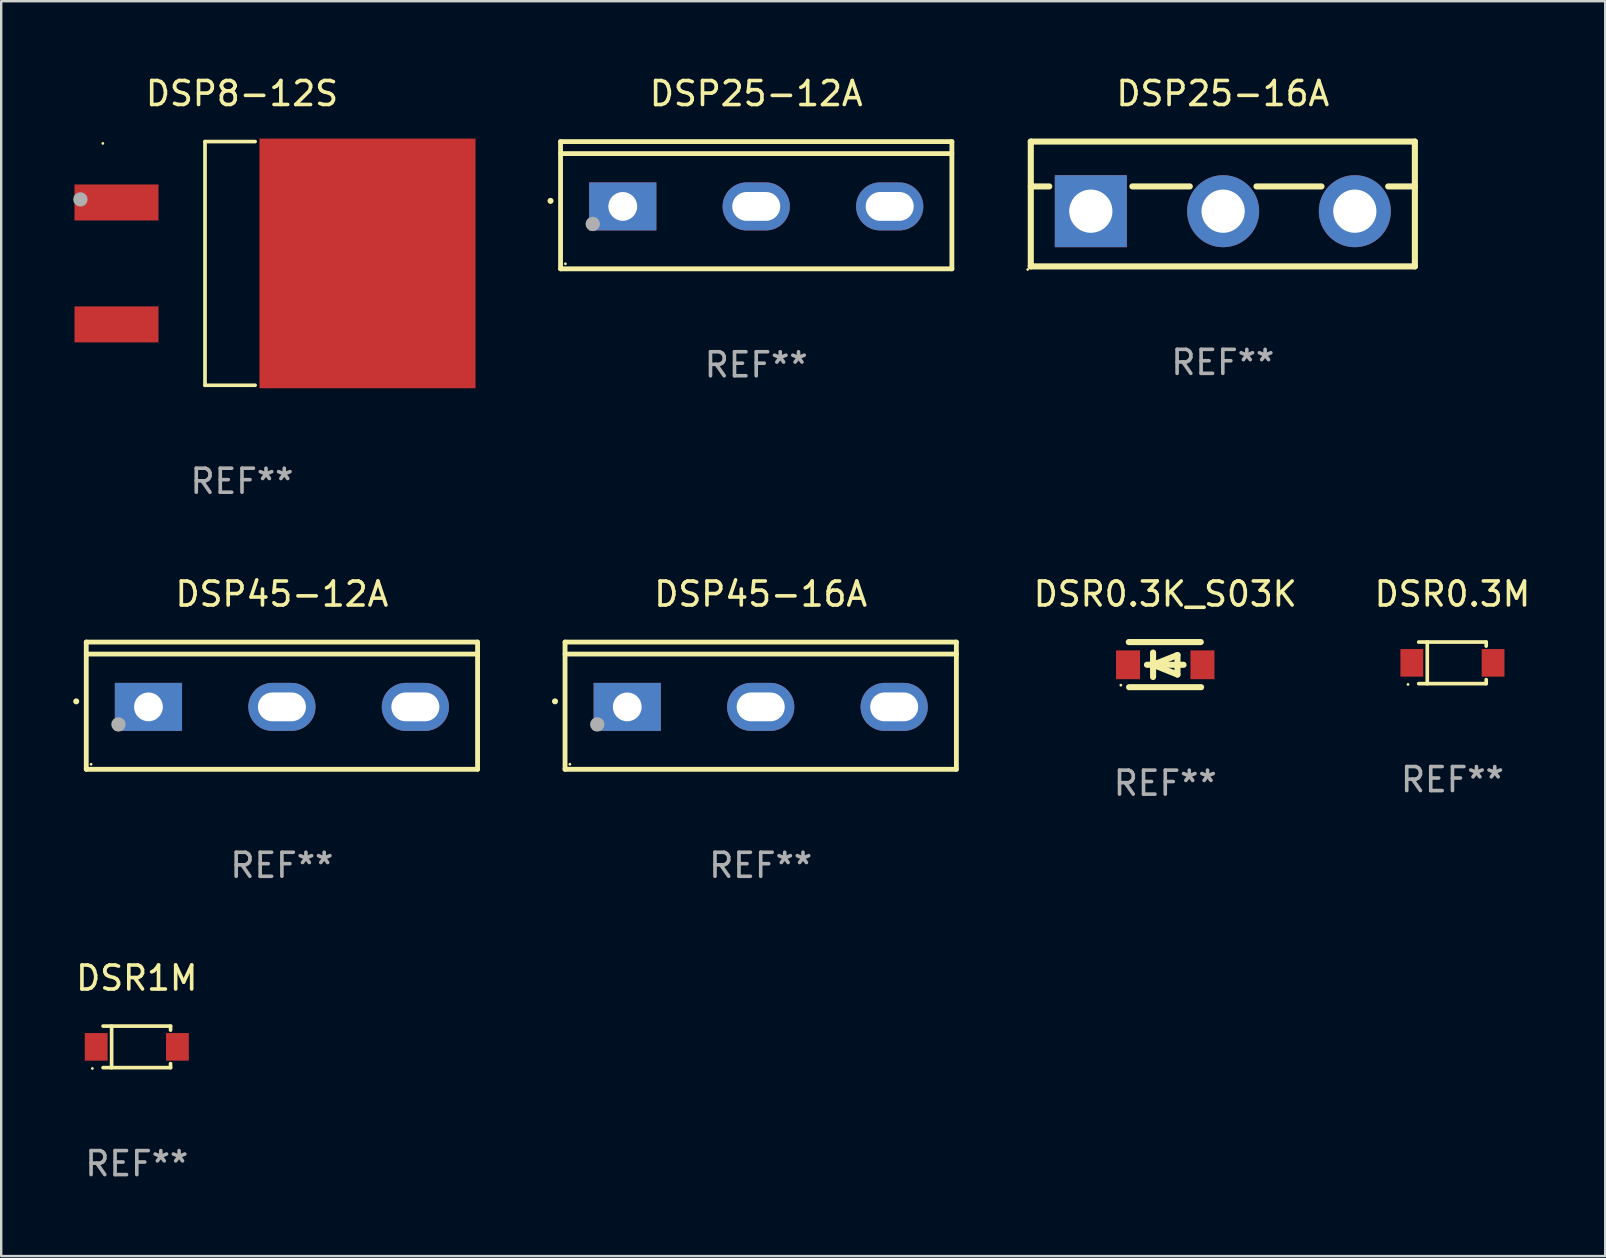
<source format=kicad_pcb>
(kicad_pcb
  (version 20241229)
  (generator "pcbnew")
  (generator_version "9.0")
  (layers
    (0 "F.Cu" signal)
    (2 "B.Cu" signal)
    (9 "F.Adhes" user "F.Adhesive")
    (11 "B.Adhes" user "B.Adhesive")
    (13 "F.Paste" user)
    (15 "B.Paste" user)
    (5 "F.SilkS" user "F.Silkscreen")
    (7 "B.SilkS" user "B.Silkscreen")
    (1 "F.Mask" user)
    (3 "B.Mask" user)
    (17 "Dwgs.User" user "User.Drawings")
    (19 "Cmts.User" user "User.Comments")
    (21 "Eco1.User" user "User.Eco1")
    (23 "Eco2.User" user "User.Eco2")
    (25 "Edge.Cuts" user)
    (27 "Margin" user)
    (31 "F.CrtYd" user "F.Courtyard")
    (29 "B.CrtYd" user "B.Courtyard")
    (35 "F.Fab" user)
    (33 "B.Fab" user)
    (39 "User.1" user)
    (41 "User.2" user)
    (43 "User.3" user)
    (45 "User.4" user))
  (footprint "DSP45-16A"
    (layer "F.Cu")
    (at 28.64 26.348)
    (property "Reference" "DSP45-16A" (at 0 -4.65 0) (layer "F.SilkS") (effects (font (size 1 1) (thickness 0.15))))
    (attr through_hole)
    (fp_line (start -8.151 -2.65) (end -8.151 2.65) (stroke (width 0.201) (type solid)) (layer "F.SilkS"))
    (fp_line (start 8.151 -2.65) (end -8.151 -2.65) (stroke (width 0.201) (type solid)) (layer "F.SilkS"))
    (fp_line (start 8.151 -2.15) (end -8.151 -2.15) (stroke (width 0.201) (type solid)) (layer "F.SilkS"))
    (fp_line (start 8.151 2.65) (end -8.151 2.65) (stroke (width 0.201) (type solid)) (layer "F.SilkS"))
    (fp_line (start 8.151 2.65) (end 8.151 -2.65) (stroke (width 0.201) (type solid)) (layer "F.SilkS"))
    (fp_arc (start -8.570003 -0.18048) (mid -8.568733 -0.180486) (end -8.567463 -0.18048) (stroke (width 0.24892) (type solid)) (layer "F.SilkS"))
    (fp_circle (center -7.95 2.44) (end -7.92 2.44) (stroke (width 0.06) (type solid)) (fill no) (layer "F.SilkS"))
    (fp_circle (center -6.81 0.78) (end -6.66 0.78) (stroke (width 0.3) (type solid)) (fill no) (layer "F.Fab"))
    (fp_text user "REF**" (at 0 6.65 0) (layer "F.Fab") (effects (font (size 1 1) (thickness 0.15))))
    (pad "1" thru_hole rect (at -5.56 0.05 90) (size 2 2.8) (drill 1.2) (layers "*.Cu" "*.Mask"))
    (pad "2" thru_hole oval (at 0 0.05 90) (size 2 2.8) (drill oval 1.2 2) (layers "*.Cu" "*.Mask"))
    (pad "3" thru_hole oval (at 5.56 0.05 90) (size 2 2.8) (drill oval 1.2 2) (layers "*.Cu" "*.Mask")))
  (footprint "DSR1M"
    (layer "F.Cu")
    (at 2.649 40.561)
    (property "Reference" "DSR1M" (at 0 -2.866 0) (layer "F.SilkS") (effects (font (size 1 1) (thickness 0.15))))
    (attr through_hole)
    (fp_line (start -1.406 -0.866) (end 1.406 -0.866) (stroke (width 0.152) (type solid)) (layer "F.SilkS"))
    (fp_line (start -1.406 0.866) (end 1.406 0.866) (stroke (width 0.152) (type solid)) (layer "F.SilkS"))
    (fp_line (start -1.049 -0.866) (end -1.049 0.866) (stroke (width 0.152) (type solid)) (layer "F.SilkS"))
    (fp_line (start 1.406 -0.866) (end 1.406 -0.698) (stroke (width 0.152) (type solid)) (layer "F.SilkS"))
    (fp_line (start 1.406 0.866) (end 1.406 0.698) (stroke (width 0.152) (type solid)) (layer "F.SilkS"))
    (fp_circle (center -1.851 0.9) (end -1.821 0.9) (stroke (width 0.06) (type solid)) (fill no) (layer "F.SilkS"))
    (fp_text user "REF**" (at 0 4.866 0) (layer "F.Fab") (effects (font (size 1 1) (thickness 0.15))))
    (pad "1" smd rect (at -1.692 0) (size 0.95 1.15) (layers "F.Cu" "F.Mask" "F.Paste"))
    (pad "2" smd rect (at 1.692 0) (size 0.95 1.15) (layers "F.Cu" "F.Mask" "F.Paste")))
  (footprint "DSP25-12A"
    (layer "F.Cu")
    (at 28.453 5.499)
    (property "Reference" "DSP25-12A" (at 0 -4.65 0) (layer "F.SilkS") (effects (font (size 1 1) (thickness 0.15))))
    (attr through_hole)
    (fp_line (start -8.151 -2.65) (end -8.151 2.65) (stroke (width 0.201) (type solid)) (layer "F.SilkS"))
    (fp_line (start 8.151 -2.65) (end -8.151 -2.65) (stroke (width 0.201) (type solid)) (layer "F.SilkS"))
    (fp_line (start 8.151 -2.15) (end -8.151 -2.15) (stroke (width 0.201) (type solid)) (layer "F.SilkS"))
    (fp_line (start 8.151 2.65) (end -8.151 2.65) (stroke (width 0.201) (type solid)) (layer "F.SilkS"))
    (fp_line (start 8.151 2.65) (end 8.151 -2.65) (stroke (width 0.201) (type solid)) (layer "F.SilkS"))
    (fp_arc (start -8.570003 -0.18048) (mid -8.568733 -0.180486) (end -8.567463 -0.18048) (stroke (width 0.24892) (type solid)) (layer "F.SilkS"))
    (fp_circle (center -7.95 2.44) (end -7.92 2.44) (stroke (width 0.06) (type solid)) (fill no) (layer "F.SilkS"))
    (fp_circle (center -6.81 0.78) (end -6.66 0.78) (stroke (width 0.3) (type solid)) (fill no) (layer "F.Fab"))
    (fp_text user "REF**" (at 0 6.65 0) (layer "F.Fab") (effects (font (size 1 1) (thickness 0.15))))
    (pad "1" thru_hole rect (at -5.56 0.05 90) (size 2 2.8) (drill 1.2) (layers "*.Cu" "*.Mask"))
    (pad "2" thru_hole oval (at 0 0.05 90) (size 2 2.8) (drill oval 1.2 2) (layers "*.Cu" "*.Mask"))
    (pad "3" thru_hole oval (at 5.56 0.05 90) (size 2 2.8) (drill oval 1.2 2) (layers "*.Cu" "*.Mask")))
  (footprint "DSR0.3K_S03K"
    (layer "F.Cu")
    (at 45.493 24.637)
    (property "Reference" "DSR0.3K_S03K" (at 0 -2.94 0) (layer "F.SilkS") (effects (font (size 1 1) (thickness 0.15))))
    (attr through_hole)
    (fp_line (start -1.52 -0.94) (end 1.48 -0.94) (stroke (width 0.254) (type solid)) (layer "F.SilkS"))
    (fp_line (start -1.507 0.94) (end 1.493 0.94) (stroke (width 0.254) (type solid)) (layer "F.SilkS"))
    (fp_line (start -0.762 0.007) (end 0.762 0.007) (stroke (width 0.254) (type solid)) (layer "F.SilkS"))
    (fp_line (start -0.508 -0.501) (end -0.508 0.515) (stroke (width 0.254) (type solid)) (layer "F.SilkS"))
    (fp_line (start -0.508 0.007) (end 0.508 -0.4) (stroke (width 0.254) (type solid)) (layer "F.SilkS"))
    (fp_line (start 0.508 -0.4) (end 0.508 0.413) (stroke (width 0.254) (type solid)) (layer "F.SilkS"))
    (fp_line (start 0.508 0.413) (end -0.508 0.007) (stroke (width 0.254) (type solid)) (layer "F.SilkS"))
    (fp_circle (center -1.85 0.857) (end -1.82 0.857) (stroke (width 0.06) (type solid)) (fill no) (layer "F.SilkS"))
    (fp_text user "REF**" (at 0 4.94 0) (layer "F.Fab") (effects (font (size 1 1) (thickness 0.15))))
    (pad "1" smd rect (at -1.55 0.007) (size 1 1.2) (layers "F.Cu" "F.Mask" "F.Paste"))
    (pad "2" smd rect (at 1.55 0.007) (size 1 1.2) (layers "F.Cu" "F.Mask" "F.Paste")))
  (footprint "DSR0.3M"
    (layer "F.Cu")
    (at 57.457 24.563)
    (property "Reference" "DSR0.3M" (at 0 -2.866 0) (layer "F.SilkS") (effects (font (size 1 1) (thickness 0.15))))
    (attr through_hole)
    (fp_line (start -1.406 -0.866) (end 1.406 -0.866) (stroke (width 0.152) (type solid)) (layer "F.SilkS"))
    (fp_line (start -1.406 0.866) (end 1.406 0.866) (stroke (width 0.152) (type solid)) (layer "F.SilkS"))
    (fp_line (start -1.049 -0.866) (end -1.049 0.866) (stroke (width 0.152) (type solid)) (layer "F.SilkS"))
    (fp_line (start 1.406 -0.866) (end 1.406 -0.698) (stroke (width 0.152) (type solid)) (layer "F.SilkS"))
    (fp_line (start 1.406 0.866) (end 1.406 0.698) (stroke (width 0.152) (type solid)) (layer "F.SilkS"))
    (fp_circle (center -1.851 0.9) (end -1.821 0.9) (stroke (width 0.06) (type solid)) (fill no) (layer "F.SilkS"))
    (fp_text user "REF**" (at 0 4.866 0) (layer "F.Fab") (effects (font (size 1 1) (thickness 0.15))))
    (pad "1" smd rect (at -1.692 0) (size 0.95 1.15) (layers "F.Cu" "F.Mask" "F.Paste"))
    (pad "2" smd rect (at 1.692 0) (size 0.95 1.15) (layers "F.Cu" "F.Mask" "F.Paste")))
  (footprint "DSP25-16A"
    (layer "F.Cu")
    (at 47.891 5.448)
    (property "Reference" "DSP25-16A" (at 0 -4.6 0) (layer "F.SilkS") (effects (font (size 1 1) (thickness 0.15))))
    (attr through_hole)
    (fp_line (start -8 -2.6) (end -8 2.6) (stroke (width 0.254) (type solid)) (layer "F.SilkS"))
    (fp_line (start -8 -2.6) (end 8 -2.6) (stroke (width 0.254) (type solid)) (layer "F.SilkS"))
    (fp_line (start -8 -0.732) (end -7.23 -0.732) (stroke (width 0.254) (type solid)) (layer "F.SilkS"))
    (fp_line (start -8 2.6) (end 8 2.6) (stroke (width 0.254) (type solid)) (layer "F.SilkS"))
    (fp_line (start -3.768 -0.732) (end -1.376 -0.732) (stroke (width 0.254) (type solid)) (layer "F.SilkS"))
    (fp_line (start 1.402 -0.732) (end 4.11 -0.732) (stroke (width 0.254) (type solid)) (layer "F.SilkS"))
    (fp_line (start 6.888 -0.732) (end 8 -0.732) (stroke (width 0.254) (type solid)) (layer "F.SilkS"))
    (fp_line (start 8 -2.6) (end 8 2.6) (stroke (width 0.254) (type solid)) (layer "F.SilkS"))
    (fp_circle (center -8.127 2.727) (end -8.097 2.727) (stroke (width 0.06) (type solid)) (fill no) (layer "F.SilkS"))
    (fp_text user "REF**" (at 0 6.6 0) (layer "F.Fab") (effects (font (size 1 1) (thickness 0.15))))
    (pad "1" thru_hole rect (at -5.499 0.3) (size 3 3) (drill 1.8) (layers "*.Cu" "*.Mask"))
    (pad "2" thru_hole circle (at 0.013 0.3) (size 3 3) (drill 1.8) (layers "*.Cu" "*.Mask"))
    (pad "3" thru_hole circle (at 5.499 0.3) (size 3 3) (drill 1.8) (layers "*.Cu" "*.Mask")))
  (footprint "DSP8-12S"
    (layer "F.Cu")
    (at 7.031 7.924)
    (property "Reference" "DSP8-12S" (at 0 -7.076 0) (layer "F.SilkS") (effects (font (size 1 1) (thickness 0.15))))
    (attr through_hole)
    (fp_line (start -1.541 -5.076) (end -1.541 5.076) (stroke (width 0.152) (type solid)) (layer "F.SilkS"))
    (fp_line (start -1.541 -5.076) (end 0.548 -5.076) (stroke (width 0.152) (type solid)) (layer "F.SilkS"))
    (fp_line (start -1.541 5.076) (end 0.548 5.076) (stroke (width 0.152) (type solid)) (layer "F.SilkS"))
    (fp_circle (center -5.798 -5) (end -5.768 -5) (stroke (width 0.06) (type solid)) (fill no) (layer "F.SilkS"))
    (fp_circle (center -6.731 -2.667) (end -6.581 -2.667) (stroke (width 0.3) (type solid)) (fill no) (layer "F.Fab"))
    (fp_text user "REF**" (at 0 9.076 0) (layer "F.Fab") (effects (font (size 1 1) (thickness 0.15))))
    (pad "1" smd rect (at -5.228 -2.54) (size 3.5 1.5) (layers "F.Cu" "F.Mask" "F.Paste"))
    (pad "2" smd rect (at 5.228 0) (size 9 10.4) (layers "F.Cu" "F.Mask" "F.Paste"))
    (pad "3" smd rect (at -5.228 2.54) (size 3.5 1.5) (layers "F.Cu" "F.Mask" "F.Paste")))
  (footprint "DSP45-12A"
    (layer "F.Cu")
    (at 8.694 26.348)
    (property "Reference" "DSP45-12A" (at 0 -4.65 0) (layer "F.SilkS") (effects (font (size 1 1) (thickness 0.15))))
    (attr through_hole)
    (fp_line (start -8.151 -2.65) (end -8.151 2.65) (stroke (width 0.201) (type solid)) (layer "F.SilkS"))
    (fp_line (start 8.151 -2.65) (end -8.151 -2.65) (stroke (width 0.201) (type solid)) (layer "F.SilkS"))
    (fp_line (start 8.151 -2.15) (end -8.151 -2.15) (stroke (width 0.201) (type solid)) (layer "F.SilkS"))
    (fp_line (start 8.151 2.65) (end -8.151 2.65) (stroke (width 0.201) (type solid)) (layer "F.SilkS"))
    (fp_line (start 8.151 2.65) (end 8.151 -2.65) (stroke (width 0.201) (type solid)) (layer "F.SilkS"))
    (fp_arc (start -8.570003 -0.18048) (mid -8.568733 -0.180486) (end -8.567463 -0.18048) (stroke (width 0.24892) (type solid)) (layer "F.SilkS"))
    (fp_circle (center -7.95 2.44) (end -7.92 2.44) (stroke (width 0.06) (type solid)) (fill no) (layer "F.SilkS"))
    (fp_circle (center -6.81 0.78) (end -6.66 0.78) (stroke (width 0.3) (type solid)) (fill no) (layer "F.Fab"))
    (fp_text user "REF**" (at 0 6.65 0) (layer "F.Fab") (effects (font (size 1 1) (thickness 0.15))))
    (pad "1" thru_hole rect (at -5.56 0.05 90) (size 2 2.8) (drill 1.2) (layers "*.Cu" "*.Mask"))
    (pad "2" thru_hole oval (at 0 0.05 90) (size 2 2.8) (drill oval 1.2 2) (layers "*.Cu" "*.Mask"))
    (pad "3" thru_hole oval (at 5.56 0.05 90) (size 2 2.8) (drill oval 1.2 2) (layers "*.Cu" "*.Mask")))
  (gr_rect
    (start -3 -3)
    (end 63.82 49.275)
    (stroke (width 0.1) (type default))
    (fill no)
    (layer "Edge.Cuts")))
</source>
